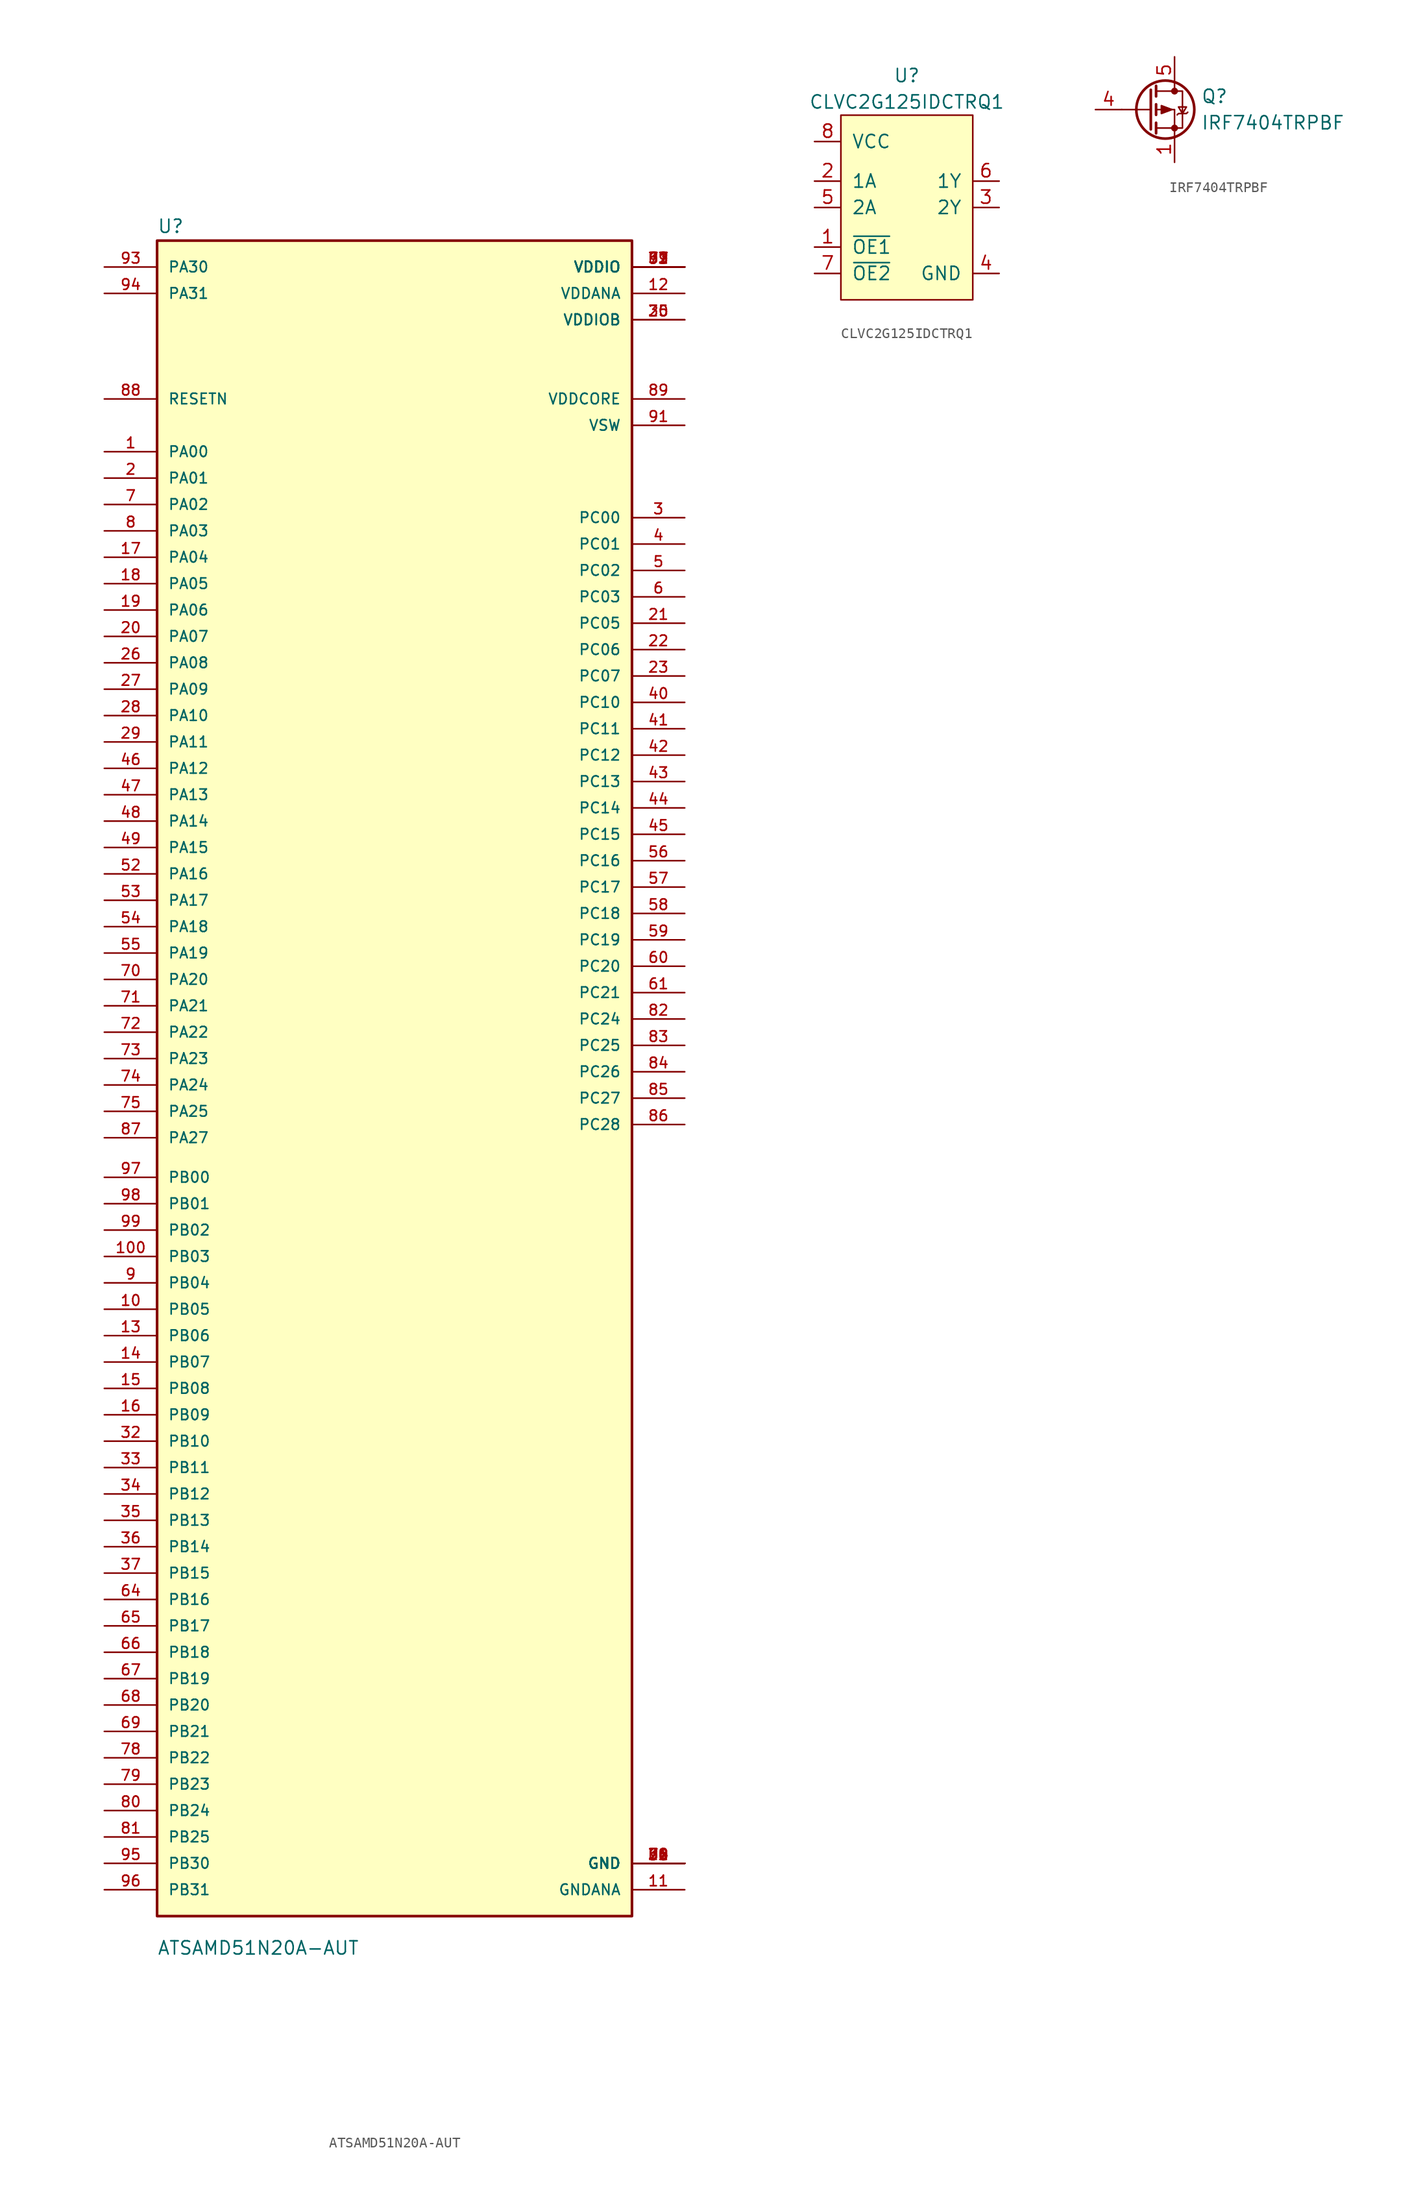
<source format=kicad_sym>
(kicad_symbol_lib
  (version 20211014)
  (generator kicad_symbol_editor)
  (symbol "ATSAMD51N20A-AUT"
    (pin_names
      (offset 1.016))
    (property "Reference" "U"
      (at -22.86 89.535 0)
      (effects (font (size 1.27 1.27)) (justify left bottom)))
    (property "Value" "ATSAMD51N20A-AUT"
      (at -22.86 -76.2 0)
      (effects (font (size 1.27 1.27)) (justify left bottom)))
    (symbol "ATSAMD51N20A-AUT_0_0"
      (rectangle (start -22.86 -72.39) (end 22.86 88.9) (stroke (width 0.254) (type default) (color 0 0 0 0)) (fill (type background)))
      (pin bidirectional line (at -27.94 68.58 0) (length 5.08) (name "PA00" (effects (font (size 1.016 1.016)))) (number "1" (effects (font (size 1.016 1.016)))))
      (pin bidirectional line (at -27.94 -13.97 0) (length 5.08) (name "PB05" (effects (font (size 1.016 1.016)))) (number "10" (effects (font (size 1.016 1.016)))))
      (pin bidirectional line (at -27.94 -8.89 0) (length 5.08) (name "PB03" (effects (font (size 1.016 1.016)))) (number "100" (effects (font (size 1.016 1.016)))))
      (pin power_in line (at 27.94 -69.85 180) (length 5.08) (name "GNDANA" (effects (font (size 1.016 1.016)))) (number "11" (effects (font (size 1.016 1.016)))))
      (pin power_in line (at 27.94 83.82 180) (length 5.08) (name "VDDANA" (effects (font (size 1.016 1.016)))) (number "12" (effects (font (size 1.016 1.016)))))
      (pin bidirectional line (at -27.94 -16.51 0) (length 5.08) (name "PB06" (effects (font (size 1.016 1.016)))) (number "13" (effects (font (size 1.016 1.016)))))
      (pin bidirectional line (at -27.94 -19.05 0) (length 5.08) (name "PB07" (effects (font (size 1.016 1.016)))) (number "14" (effects (font (size 1.016 1.016)))))
      (pin bidirectional line (at -27.94 -21.59 0) (length 5.08) (name "PB08" (effects (font (size 1.016 1.016)))) (number "15" (effects (font (size 1.016 1.016)))))
      (pin bidirectional line (at -27.94 -24.13 0) (length 5.08) (name "PB09" (effects (font (size 1.016 1.016)))) (number "16" (effects (font (size 1.016 1.016)))))
      (pin bidirectional line (at -27.94 58.42 0) (length 5.08) (name "PA04" (effects (font (size 1.016 1.016)))) (number "17" (effects (font (size 1.016 1.016)))))
      (pin bidirectional line (at -27.94 55.88 0) (length 5.08) (name "PA05" (effects (font (size 1.016 1.016)))) (number "18" (effects (font (size 1.016 1.016)))))
      (pin bidirectional line (at -27.94 53.34 0) (length 5.08) (name "PA06" (effects (font (size 1.016 1.016)))) (number "19" (effects (font (size 1.016 1.016)))))
      (pin bidirectional line (at -27.94 66.04 0) (length 5.08) (name "PA01" (effects (font (size 1.016 1.016)))) (number "2" (effects (font (size 1.016 1.016)))))
      (pin bidirectional line (at -27.94 50.8 0) (length 5.08) (name "PA07" (effects (font (size 1.016 1.016)))) (number "20" (effects (font (size 1.016 1.016)))))
      (pin bidirectional line (at 27.94 52.07 180) (length 5.08) (name "PC05" (effects (font (size 1.016 1.016)))) (number "21" (effects (font (size 1.016 1.016)))))
      (pin bidirectional line (at 27.94 49.53 180) (length 5.08) (name "PC06" (effects (font (size 1.016 1.016)))) (number "22" (effects (font (size 1.016 1.016)))))
      (pin bidirectional line (at 27.94 46.99 180) (length 5.08) (name "PC07" (effects (font (size 1.016 1.016)))) (number "23" (effects (font (size 1.016 1.016)))))
      (pin power_in line (at 27.94 -67.31 180) (length 5.08) (name "GND" (effects (font (size 1.016 1.016)))) (number "24" (effects (font (size 1.016 1.016)))))
      (pin power_in line (at 27.94 81.28 180) (length 5.08) (name "VDDIOB" (effects (font (size 1.016 1.016)))) (number "25" (effects (font (size 1.016 1.016)))))
      (pin bidirectional line (at -27.94 48.26 0) (length 5.08) (name "PA08" (effects (font (size 1.016 1.016)))) (number "26" (effects (font (size 1.016 1.016)))))
      (pin bidirectional line (at -27.94 45.72 0) (length 5.08) (name "PA09" (effects (font (size 1.016 1.016)))) (number "27" (effects (font (size 1.016 1.016)))))
      (pin bidirectional line (at -27.94 43.18 0) (length 5.08) (name "PA10" (effects (font (size 1.016 1.016)))) (number "28" (effects (font (size 1.016 1.016)))))
      (pin bidirectional line (at -27.94 40.64 0) (length 5.08) (name "PA11" (effects (font (size 1.016 1.016)))) (number "29" (effects (font (size 1.016 1.016)))))
      (pin bidirectional line (at 27.94 62.23 180) (length 5.08) (name "PC00" (effects (font (size 1.016 1.016)))) (number "3" (effects (font (size 1.016 1.016)))))
      (pin power_in line (at 27.94 81.28 180) (length 5.08) (name "VDDIOB" (effects (font (size 1.016 1.016)))) (number "30" (effects (font (size 1.016 1.016)))))
      (pin power_in line (at 27.94 -67.31 180) (length 5.08) (name "GND" (effects (font (size 1.016 1.016)))) (number "31" (effects (font (size 1.016 1.016)))))
      (pin bidirectional line (at -27.94 -26.67 0) (length 5.08) (name "PB10" (effects (font (size 1.016 1.016)))) (number "32" (effects (font (size 1.016 1.016)))))
      (pin bidirectional line (at -27.94 -29.21 0) (length 5.08) (name "PB11" (effects (font (size 1.016 1.016)))) (number "33" (effects (font (size 1.016 1.016)))))
      (pin bidirectional line (at -27.94 -31.75 0) (length 5.08) (name "PB12" (effects (font (size 1.016 1.016)))) (number "34" (effects (font (size 1.016 1.016)))))
      (pin bidirectional line (at -27.94 -34.29 0) (length 5.08) (name "PB13" (effects (font (size 1.016 1.016)))) (number "35" (effects (font (size 1.016 1.016)))))
      (pin bidirectional line (at -27.94 -36.83 0) (length 5.08) (name "PB14" (effects (font (size 1.016 1.016)))) (number "36" (effects (font (size 1.016 1.016)))))
      (pin bidirectional line (at -27.94 -39.37 0) (length 5.08) (name "PB15" (effects (font (size 1.016 1.016)))) (number "37" (effects (font (size 1.016 1.016)))))
      (pin power_in line (at 27.94 -67.31 180) (length 5.08) (name "GND" (effects (font (size 1.016 1.016)))) (number "38" (effects (font (size 1.016 1.016)))))
      (pin power_in line (at 27.94 86.36 180) (length 5.08) (name "VDDIO" (effects (font (size 1.016 1.016)))) (number "39" (effects (font (size 1.016 1.016)))))
      (pin bidirectional line (at 27.94 59.69 180) (length 5.08) (name "PC01" (effects (font (size 1.016 1.016)))) (number "4" (effects (font (size 1.016 1.016)))))
      (pin bidirectional line (at 27.94 44.45 180) (length 5.08) (name "PC10" (effects (font (size 1.016 1.016)))) (number "40" (effects (font (size 1.016 1.016)))))
      (pin bidirectional line (at 27.94 41.91 180) (length 5.08) (name "PC11" (effects (font (size 1.016 1.016)))) (number "41" (effects (font (size 1.016 1.016)))))
      (pin bidirectional line (at 27.94 39.37 180) (length 5.08) (name "PC12" (effects (font (size 1.016 1.016)))) (number "42" (effects (font (size 1.016 1.016)))))
      (pin bidirectional line (at 27.94 36.83 180) (length 5.08) (name "PC13" (effects (font (size 1.016 1.016)))) (number "43" (effects (font (size 1.016 1.016)))))
      (pin bidirectional line (at 27.94 34.29 180) (length 5.08) (name "PC14" (effects (font (size 1.016 1.016)))) (number "44" (effects (font (size 1.016 1.016)))))
      (pin bidirectional line (at 27.94 31.75 180) (length 5.08) (name "PC15" (effects (font (size 1.016 1.016)))) (number "45" (effects (font (size 1.016 1.016)))))
      (pin bidirectional line (at -27.94 38.1 0) (length 5.08) (name "PA12" (effects (font (size 1.016 1.016)))) (number "46" (effects (font (size 1.016 1.016)))))
      (pin bidirectional line (at -27.94 35.56 0) (length 5.08) (name "PA13" (effects (font (size 1.016 1.016)))) (number "47" (effects (font (size 1.016 1.016)))))
      (pin bidirectional line (at -27.94 33.02 0) (length 5.08) (name "PA14" (effects (font (size 1.016 1.016)))) (number "48" (effects (font (size 1.016 1.016)))))
      (pin bidirectional line (at -27.94 30.48 0) (length 5.08) (name "PA15" (effects (font (size 1.016 1.016)))) (number "49" (effects (font (size 1.016 1.016)))))
      (pin bidirectional line (at 27.94 57.15 180) (length 5.08) (name "PC02" (effects (font (size 1.016 1.016)))) (number "5" (effects (font (size 1.016 1.016)))))
      (pin power_in line (at 27.94 -67.31 180) (length 5.08) (name "GND" (effects (font (size 1.016 1.016)))) (number "50" (effects (font (size 1.016 1.016)))))
      (pin power_in line (at 27.94 86.36 180) (length 5.08) (name "VDDIO" (effects (font (size 1.016 1.016)))) (number "51" (effects (font (size 1.016 1.016)))))
      (pin bidirectional line (at -27.94 27.94 0) (length 5.08) (name "PA16" (effects (font (size 1.016 1.016)))) (number "52" (effects (font (size 1.016 1.016)))))
      (pin bidirectional line (at -27.94 25.4 0) (length 5.08) (name "PA17" (effects (font (size 1.016 1.016)))) (number "53" (effects (font (size 1.016 1.016)))))
      (pin bidirectional line (at -27.94 22.86 0) (length 5.08) (name "PA18" (effects (font (size 1.016 1.016)))) (number "54" (effects (font (size 1.016 1.016)))))
      (pin bidirectional line (at -27.94 20.32 0) (length 5.08) (name "PA19" (effects (font (size 1.016 1.016)))) (number "55" (effects (font (size 1.016 1.016)))))
      (pin bidirectional line (at 27.94 29.21 180) (length 5.08) (name "PC16" (effects (font (size 1.016 1.016)))) (number "56" (effects (font (size 1.016 1.016)))))
      (pin bidirectional line (at 27.94 26.67 180) (length 5.08) (name "PC17" (effects (font (size 1.016 1.016)))) (number "57" (effects (font (size 1.016 1.016)))))
      (pin bidirectional line (at 27.94 24.13 180) (length 5.08) (name "PC18" (effects (font (size 1.016 1.016)))) (number "58" (effects (font (size 1.016 1.016)))))
      (pin bidirectional line (at 27.94 21.59 180) (length 5.08) (name "PC19" (effects (font (size 1.016 1.016)))) (number "59" (effects (font (size 1.016 1.016)))))
      (pin bidirectional line (at 27.94 54.61 180) (length 5.08) (name "PC03" (effects (font (size 1.016 1.016)))) (number "6" (effects (font (size 1.016 1.016)))))
      (pin bidirectional line (at 27.94 19.05 180) (length 5.08) (name "PC20" (effects (font (size 1.016 1.016)))) (number "60" (effects (font (size 1.016 1.016)))))
      (pin bidirectional line (at 27.94 16.51 180) (length 5.08) (name "PC21" (effects (font (size 1.016 1.016)))) (number "61" (effects (font (size 1.016 1.016)))))
      (pin power_in line (at 27.94 -67.31 180) (length 5.08) (name "GND" (effects (font (size 1.016 1.016)))) (number "62" (effects (font (size 1.016 1.016)))))
      (pin power_in line (at 27.94 86.36 180) (length 5.08) (name "VDDIO" (effects (font (size 1.016 1.016)))) (number "63" (effects (font (size 1.016 1.016)))))
      (pin bidirectional line (at -27.94 -41.91 0) (length 5.08) (name "PB16" (effects (font (size 1.016 1.016)))) (number "64" (effects (font (size 1.016 1.016)))))
      (pin bidirectional line (at -27.94 -44.45 0) (length 5.08) (name "PB17" (effects (font (size 1.016 1.016)))) (number "65" (effects (font (size 1.016 1.016)))))
      (pin bidirectional line (at -27.94 -46.99 0) (length 5.08) (name "PB18" (effects (font (size 1.016 1.016)))) (number "66" (effects (font (size 1.016 1.016)))))
      (pin bidirectional line (at -27.94 -49.53 0) (length 5.08) (name "PB19" (effects (font (size 1.016 1.016)))) (number "67" (effects (font (size 1.016 1.016)))))
      (pin bidirectional line (at -27.94 -52.07 0) (length 5.08) (name "PB20" (effects (font (size 1.016 1.016)))) (number "68" (effects (font (size 1.016 1.016)))))
      (pin bidirectional line (at -27.94 -54.61 0) (length 5.08) (name "PB21" (effects (font (size 1.016 1.016)))) (number "69" (effects (font (size 1.016 1.016)))))
      (pin bidirectional line (at -27.94 63.5 0) (length 5.08) (name "PA02" (effects (font (size 1.016 1.016)))) (number "7" (effects (font (size 1.016 1.016)))))
      (pin bidirectional line (at -27.94 17.78 0) (length 5.08) (name "PA20" (effects (font (size 1.016 1.016)))) (number "70" (effects (font (size 1.016 1.016)))))
      (pin bidirectional line (at -27.94 15.24 0) (length 5.08) (name "PA21" (effects (font (size 1.016 1.016)))) (number "71" (effects (font (size 1.016 1.016)))))
      (pin bidirectional line (at -27.94 12.7 0) (length 5.08) (name "PA22" (effects (font (size 1.016 1.016)))) (number "72" (effects (font (size 1.016 1.016)))))
      (pin bidirectional line (at -27.94 10.16 0) (length 5.08) (name "PA23" (effects (font (size 1.016 1.016)))) (number "73" (effects (font (size 1.016 1.016)))))
      (pin bidirectional line (at -27.94 7.62 0) (length 5.08) (name "PA24" (effects (font (size 1.016 1.016)))) (number "74" (effects (font (size 1.016 1.016)))))
      (pin bidirectional line (at -27.94 5.08 0) (length 5.08) (name "PA25" (effects (font (size 1.016 1.016)))) (number "75" (effects (font (size 1.016 1.016)))))
      (pin power_in line (at 27.94 -67.31 180) (length 5.08) (name "GND" (effects (font (size 1.016 1.016)))) (number "76" (effects (font (size 1.016 1.016)))))
      (pin power_in line (at 27.94 86.36 180) (length 5.08) (name "VDDIO" (effects (font (size 1.016 1.016)))) (number "77" (effects (font (size 1.016 1.016)))))
      (pin bidirectional line (at -27.94 -57.15 0) (length 5.08) (name "PB22" (effects (font (size 1.016 1.016)))) (number "78" (effects (font (size 1.016 1.016)))))
      (pin bidirectional line (at -27.94 -59.69 0) (length 5.08) (name "PB23" (effects (font (size 1.016 1.016)))) (number "79" (effects (font (size 1.016 1.016)))))
      (pin bidirectional line (at -27.94 60.96 0) (length 5.08) (name "PA03" (effects (font (size 1.016 1.016)))) (number "8" (effects (font (size 1.016 1.016)))))
      (pin bidirectional line (at -27.94 -62.23 0) (length 5.08) (name "PB24" (effects (font (size 1.016 1.016)))) (number "80" (effects (font (size 1.016 1.016)))))
      (pin bidirectional line (at -27.94 -64.77 0) (length 5.08) (name "PB25" (effects (font (size 1.016 1.016)))) (number "81" (effects (font (size 1.016 1.016)))))
      (pin bidirectional line (at 27.94 13.97 180) (length 5.08) (name "PC24" (effects (font (size 1.016 1.016)))) (number "82" (effects (font (size 1.016 1.016)))))
      (pin bidirectional line (at 27.94 11.43 180) (length 5.08) (name "PC25" (effects (font (size 1.016 1.016)))) (number "83" (effects (font (size 1.016 1.016)))))
      (pin bidirectional line (at 27.94 8.89 180) (length 5.08) (name "PC26" (effects (font (size 1.016 1.016)))) (number "84" (effects (font (size 1.016 1.016)))))
      (pin bidirectional line (at 27.94 6.35 180) (length 5.08) (name "PC27" (effects (font (size 1.016 1.016)))) (number "85" (effects (font (size 1.016 1.016)))))
      (pin bidirectional line (at 27.94 3.81 180) (length 5.08) (name "PC28" (effects (font (size 1.016 1.016)))) (number "86" (effects (font (size 1.016 1.016)))))
      (pin bidirectional line (at -27.94 2.54 0) (length 5.08) (name "PA27" (effects (font (size 1.016 1.016)))) (number "87" (effects (font (size 1.016 1.016)))))
      (pin input line (at -27.94 73.66 0) (length 5.08) (name "RESETN" (effects (font (size 1.016 1.016)))) (number "88" (effects (font (size 1.016 1.016)))))
      (pin power_in line (at 27.94 73.66 180) (length 5.08) (name "VDDCORE" (effects (font (size 1.016 1.016)))) (number "89" (effects (font (size 1.016 1.016)))))
      (pin bidirectional line (at -27.94 -11.43 0) (length 5.08) (name "PB04" (effects (font (size 1.016 1.016)))) (number "9" (effects (font (size 1.016 1.016)))))
      (pin power_in line (at 27.94 -67.31 180) (length 5.08) (name "GND" (effects (font (size 1.016 1.016)))) (number "90" (effects (font (size 1.016 1.016)))))
      (pin bidirectional line (at 27.94 71.12 180) (length 5.08) (name "VSW" (effects (font (size 1.016 1.016)))) (number "91" (effects (font (size 1.016 1.016)))))
      (pin power_in line (at 27.94 86.36 180) (length 5.08) (name "VDDIO" (effects (font (size 1.016 1.016)))) (number "92" (effects (font (size 1.016 1.016)))))
      (pin bidirectional line (at -27.94 86.36 0) (length 5.08) (name "PA30" (effects (font (size 1.016 1.016)))) (number "93" (effects (font (size 1.016 1.016)))))
      (pin bidirectional line (at -27.94 83.82 0) (length 5.08) (name "PA31" (effects (font (size 1.016 1.016)))) (number "94" (effects (font (size 1.016 1.016)))))
      (pin bidirectional line (at -27.94 -67.31 0) (length 5.08) (name "PB30" (effects (font (size 1.016 1.016)))) (number "95" (effects (font (size 1.016 1.016)))))
      (pin bidirectional line (at -27.94 -69.85 0) (length 5.08) (name "PB31" (effects (font (size 1.016 1.016)))) (number "96" (effects (font (size 1.016 1.016)))))
      (pin bidirectional line (at -27.94 -1.27 0) (length 5.08) (name "PB00" (effects (font (size 1.016 1.016)))) (number "97" (effects (font (size 1.016 1.016)))))
      (pin bidirectional line (at -27.94 -3.81 0) (length 5.08) (name "PB01" (effects (font (size 1.016 1.016)))) (number "98" (effects (font (size 1.016 1.016)))))
      (pin bidirectional line (at -27.94 -6.35 0) (length 5.08) (name "PB02" (effects (font (size 1.016 1.016)))) (number "99" (effects (font (size 1.016 1.016)))))))
  (symbol "CLVC2G125IDCTRQ1"
    (pin_names
      (offset 1.016))
    (property "Reference" "U"
      (at 0 3.81 0)
      (effects (font (size 1.27 1.27))))
    (property "Value" "CLVC2G125IDCTRQ1"
      (at 0 1.27 0)
      (effects (font (size 1.27 1.27))))
    (symbol "CLVC2G125IDCTRQ1_0_1"
      (rectangle (start -6.35 0) (end 6.35 -17.78) (stroke (width 0) (type default) (color 0 0 0 0)) (fill (type background))))
    (symbol "CLVC2G125IDCTRQ1_1_1"
      (pin input line (at -8.89 -12.7 0) (length 2.54) (name "~{OE1}" (effects (font (size 1.27 1.27)))) (number "1" (effects (font (size 1.27 1.27)))))
      (pin input line (at -8.89 -6.35 0) (length 2.54) (name "1A" (effects (font (size 1.27 1.27)))) (number "2" (effects (font (size 1.27 1.27)))))
      (pin input line (at 8.89 -8.89 180) (length 2.54) (name "2Y" (effects (font (size 1.27 1.27)))) (number "3" (effects (font (size 1.27 1.27)))))
      (pin input line (at 8.89 -15.24 180) (length 2.54) (name "GND" (effects (font (size 1.27 1.27)))) (number "4" (effects (font (size 1.27 1.27)))))
      (pin input line (at -8.89 -8.89 0) (length 2.54) (name "2A" (effects (font (size 1.27 1.27)))) (number "5" (effects (font (size 1.27 1.27)))))
      (pin input line (at 8.89 -6.35 180) (length 2.54) (name "1Y" (effects (font (size 1.27 1.27)))) (number "6" (effects (font (size 1.27 1.27)))))
      (pin input line (at -8.89 -15.24 0) (length 2.54) (name "~{OE2}" (effects (font (size 1.27 1.27)))) (number "7" (effects (font (size 1.27 1.27)))))
      (pin input line (at -8.89 -2.54 0) (length 2.54) (name "VCC" (effects (font (size 1.27 1.27)))) (number "8" (effects (font (size 1.27 1.27)))))))
  (symbol "IRF7404TRPBF"
    (pin_names
      (offset 0) hide)
    (property "Reference" "Q"
      (at 5.08 1.27 0)
      (effects (font (size 1.27 1.27)) (justify left)))
    (property "Value" "IRF7404TRPBF"
      (at 5.08 -1.27 0)
      (effects (font (size 1.27 1.27)) (justify left)))
    (symbol "IRF7404TRPBF_0_1"
      (polyline (pts (xy 0.254 0) (xy -2.54 0)) (stroke (width 0) (type default) (color 0 0 0 0)) (fill (type none)))
      (polyline (pts (xy 0.254 1.905) (xy 0.254 -1.905)) (stroke (width 0.254) (type default) (color 0 0 0 0)) (fill (type none)))
      (polyline (pts (xy 0.762 -1.27) (xy 0.762 -2.286)) (stroke (width 0.254) (type default) (color 0 0 0 0)) (fill (type none)))
      (polyline (pts (xy 0.762 0.508) (xy 0.762 -0.508)) (stroke (width 0.254) (type default) (color 0 0 0 0)) (fill (type none)))
      (polyline (pts (xy 0.762 2.286) (xy 0.762 1.27)) (stroke (width 0.254) (type default) (color 0 0 0 0)) (fill (type none)))
      (polyline (pts (xy 2.54 2.54) (xy 2.54 1.778)) (stroke (width 0) (type default) (color 0 0 0 0)) (fill (type none)))
      (polyline (pts (xy 2.54 -2.54) (xy 2.54 0) (xy 0.762 0)) (stroke (width 0) (type default) (color 0 0 0 0)) (fill (type none)))
      (polyline (pts (xy 0.762 1.778) (xy 3.302 1.778) (xy 3.302 -1.778) (xy 0.762 -1.778)) (stroke (width 0) (type default) (color 0 0 0 0)) (fill (type none)))
      (polyline (pts (xy 2.286 0) (xy 1.27 0.381) (xy 1.27 -0.381) (xy 2.286 0)) (stroke (width 0) (type default) (color 0 0 0 0)) (fill (type outline)))
      (polyline (pts (xy 2.794 -0.508) (xy 2.921 -0.381) (xy 3.683 -0.381) (xy 3.81 -0.254)) (stroke (width 0) (type default) (color 0 0 0 0)) (fill (type none)))
      (polyline (pts (xy 3.302 -0.381) (xy 2.921 0.254) (xy 3.683 0.254) (xy 3.302 -0.381)) (stroke (width 0) (type default) (color 0 0 0 0)) (fill (type none)))
      (circle (center 1.651 0) (radius 2.794) (stroke (width 0.254) (type default) (color 0 0 0 0)) (fill (type none)))
      (circle (center 2.54 -1.778) (radius 0.254) (stroke (width 0) (type default) (color 0 0 0 0)) (fill (type outline)))
      (circle (center 2.54 1.778) (radius 0.254) (stroke (width 0) (type default) (color 0 0 0 0)) (fill (type outline))))
    (symbol "IRF7404TRPBF_1_1"
      (pin passive line (at 2.54 -5.08 90) (length 2.54) (name "S" (effects (font (size 1.27 1.27)))) (number "1" (effects (font (size 1.27 1.27)))))
      (pin passive line (at 2.54 -5.08 90) (length 2.54) hide (name "S" (effects (font (size 1.27 1.27)))) (number "2" (effects (font (size 1.27 1.27)))))
      (pin passive line (at 2.54 -5.08 90) (length 2.54) hide (name "S" (effects (font (size 1.27 1.27)))) (number "3" (effects (font (size 1.27 1.27)))))
      (pin input line (at -5.08 0 0) (length 2.54) (name "G" (effects (font (size 1.27 1.27)))) (number "4" (effects (font (size 1.27 1.27)))))
      (pin passive line (at 2.54 5.08 270) (length 2.54) (name "D" (effects (font (size 1.27 1.27)))) (number "5" (effects (font (size 1.27 1.27)))))
      (pin passive line (at 2.54 5.08 270) (length 2.54) hide (name "D" (effects (font (size 1.27 1.27)))) (number "6" (effects (font (size 1.27 1.27)))))
      (pin passive line (at 2.54 5.08 270) (length 2.54) hide (name "D" (effects (font (size 1.27 1.27)))) (number "7" (effects (font (size 1.27 1.27)))))
      (pin passive line (at 2.54 5.08 270) (length 2.54) hide (name "D" (effects (font (size 1.27 1.27)))) (number "8" (effects (font (size 1.27 1.27))))))))
</source>
